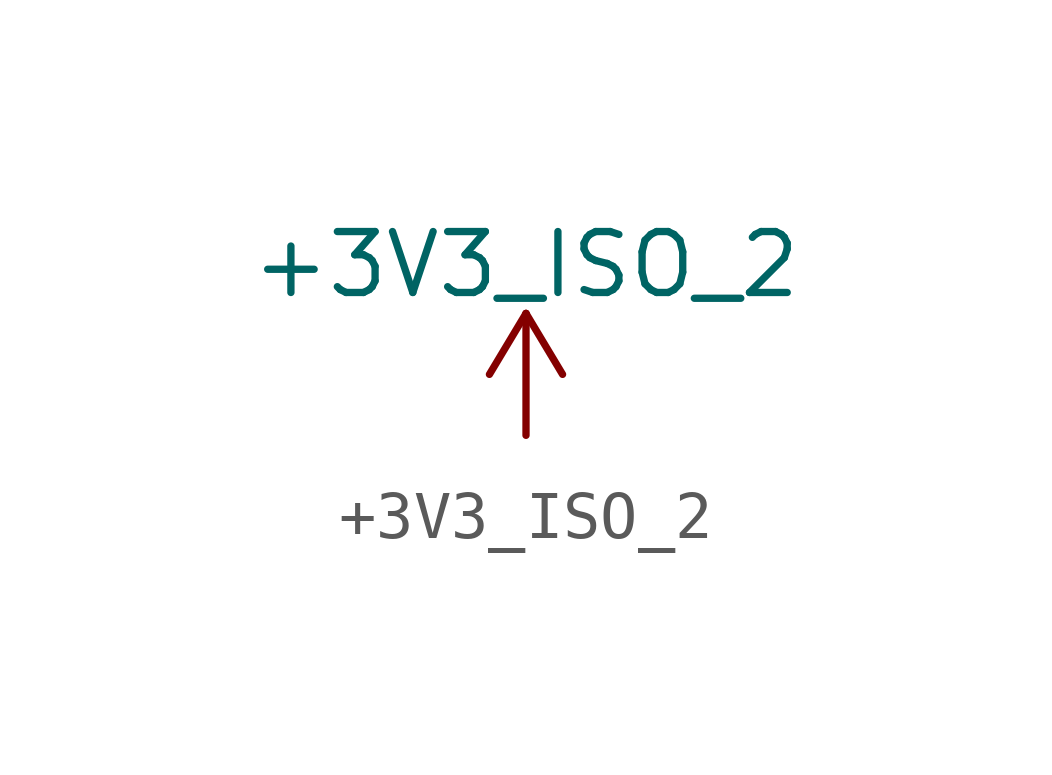
<source format=kicad_sym>
(kicad_symbol_lib
  (version 20220914)
  (generator kicad_symbol_editor)
  (symbol "+3V3_ISO_2"
    (power)
    (pin_names
      (offset 0))
    (property "Reference" "#PWR"
      (at 0 -3.81 0)
      (effects (font (size 1.27 1.27)) hide))
    (property "Value" "+3V3_ISO_2"
      (at 0 3.556 0)
      (effects (font (size 1.27 1.27))))
    (symbol "+3V3_ISO_2_0_1"
      (polyline (pts (xy -0.762 1.27) (xy 0 2.54)) (stroke (width 0) (type default)) (fill (type none)))
      (polyline (pts (xy 0 0) (xy 0 2.54)) (stroke (width 0) (type default)) (fill (type none)))
      (polyline (pts (xy 0 2.54) (xy 0.762 1.27)) (stroke (width 0) (type default)) (fill (type none))))
    (symbol "+3V3_ISO_2_1_1"
      (pin power_in line (at 0 0 0) (length 0) hide (name "+3V3_ISO_2" (effects (font (size 1.27 1.27)))) (number "1" (effects (font (size 1.27 1.27))))))))
</source>
